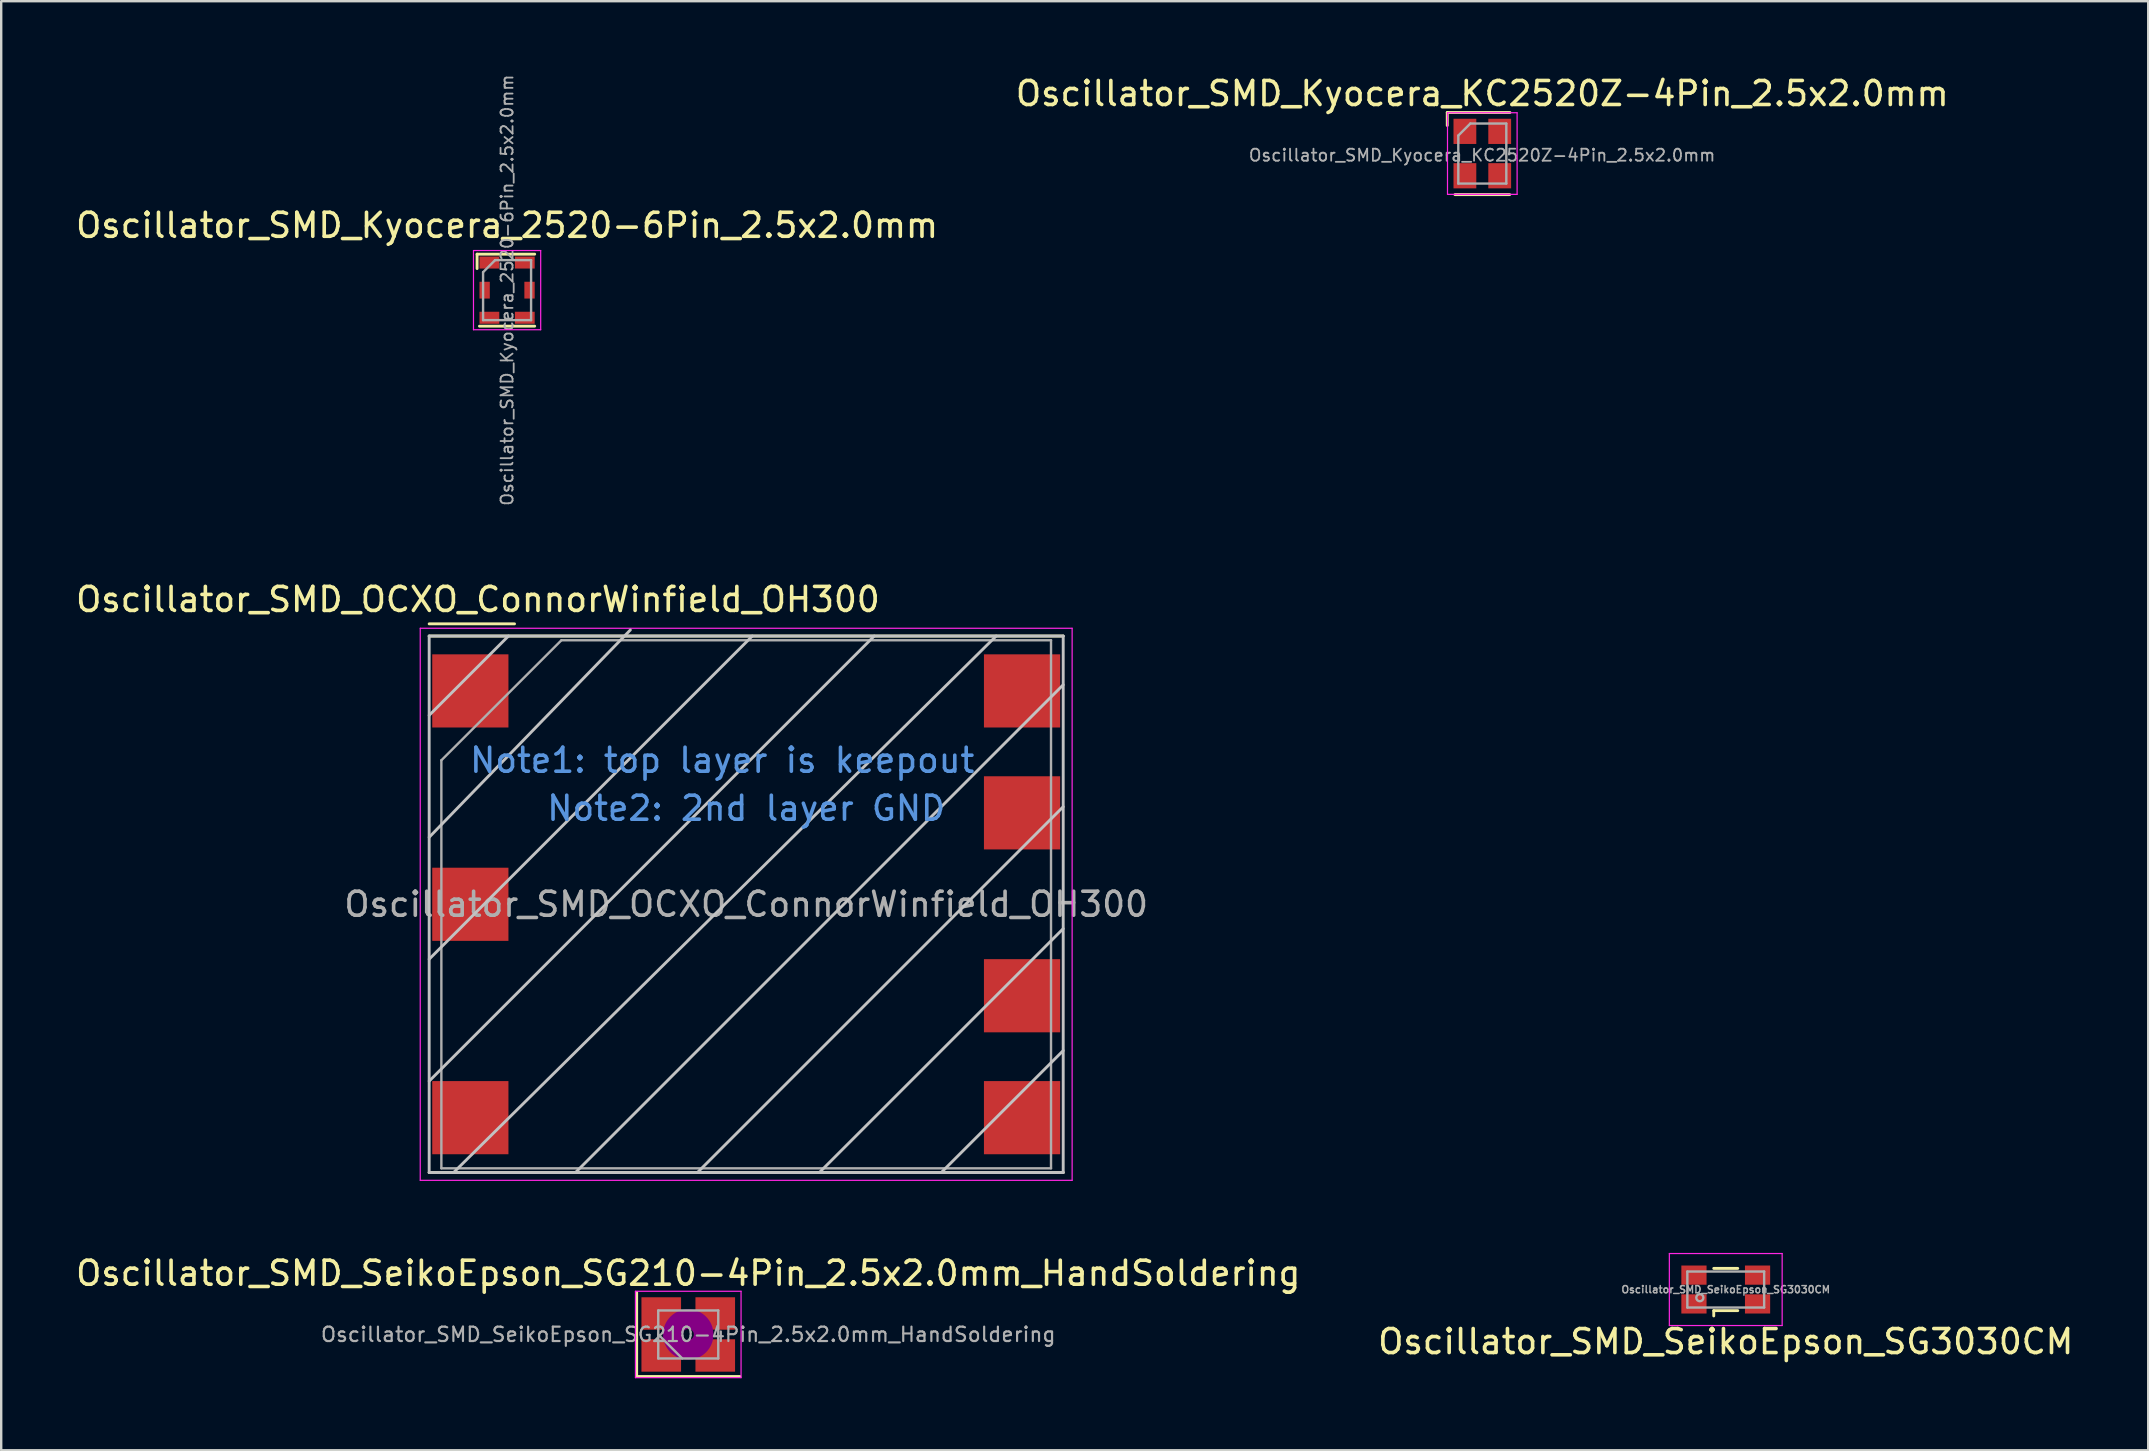
<source format=kicad_pcb>
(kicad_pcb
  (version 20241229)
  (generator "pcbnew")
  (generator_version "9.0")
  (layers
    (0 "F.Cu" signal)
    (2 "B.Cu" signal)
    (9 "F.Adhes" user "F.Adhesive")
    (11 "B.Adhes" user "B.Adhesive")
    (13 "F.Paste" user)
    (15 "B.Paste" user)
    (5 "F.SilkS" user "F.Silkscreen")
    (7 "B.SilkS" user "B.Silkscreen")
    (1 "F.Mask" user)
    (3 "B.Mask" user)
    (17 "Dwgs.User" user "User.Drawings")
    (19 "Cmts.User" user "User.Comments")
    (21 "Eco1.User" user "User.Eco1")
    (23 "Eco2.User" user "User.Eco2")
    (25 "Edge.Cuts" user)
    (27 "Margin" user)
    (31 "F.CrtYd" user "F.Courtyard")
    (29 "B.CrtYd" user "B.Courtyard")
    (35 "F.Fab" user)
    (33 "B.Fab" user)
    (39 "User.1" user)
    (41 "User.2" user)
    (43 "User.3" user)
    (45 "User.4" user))
  (footprint "Oscillator_SMD_Kyocera_2520-6Pin_2.5x2.0mm"
    (layer "F.Cu")
    (at 18.077 9.039)
    (property "Reference" "Oscillator_SMD_Kyocera_2520-6Pin_2.5x2.0mm" (at 0 -2.7 0) (layer "F.SilkS") (effects (font (size 1 1) (thickness 0.15))))
    (attr smd)
    (fp_line (start -1.25 -1.5) (end -1.25 -0.9) (stroke (width 0.12) (type solid)) (layer "F.SilkS"))
    (fp_line (start -1.15 1.5) (end 1.15 1.5) (stroke (width 0.12) (type solid)) (layer "F.SilkS"))
    (fp_line (start 1.15 -1.5) (end -1.25 -1.5) (stroke (width 0.12) (type solid)) (layer "F.SilkS"))
    (fp_line (start -1.4 -1.65) (end 1.4 -1.65) (stroke (width 0.05) (type solid)) (layer "F.CrtYd"))
    (fp_line (start -1.4 1.65) (end -1.4 -1.65) (stroke (width 0.05) (type solid)) (layer "F.CrtYd"))
    (fp_line (start 1.4 -1.65) (end 1.4 1.65) (stroke (width 0.05) (type solid)) (layer "F.CrtYd"))
    (fp_line (start 1.4 1.65) (end -1.4 1.65) (stroke (width 0.05) (type solid)) (layer "F.CrtYd"))
    (fp_line (start -1 -0.75) (end -0.5 -1.25) (stroke (width 0.1) (type solid)) (layer "F.Fab"))
    (fp_line (start -1 1.25) (end -1 -0.75) (stroke (width 0.1) (type solid)) (layer "F.Fab"))
    (fp_line (start -0.5 -1.25) (end 1 -1.25) (stroke (width 0.1) (type solid)) (layer "F.Fab"))
    (fp_line (start 1 -1.25) (end 1 1.25) (stroke (width 0.1) (type solid)) (layer "F.Fab"))
    (fp_line (start 1 1.25) (end -1 1.25) (stroke (width 0.1) (type solid)) (layer "F.Fab"))
    (fp_text user "${REFERENCE}" (at 0 0 90) (layer "F.Fab") (effects (font (size 0.5 0.5) (thickness 0.075))))
    (pad "1" smd rect (at -0.738 -1.15) (size 0.825 0.5) (layers "F.Cu" "F.Mask" "F.Paste"))
    (pad "2" smd rect (at -0.935 0) (size 0.43 0.7) (layers "F.Cu" "F.Mask" "F.Paste"))
    (pad "3" smd rect (at -0.738 1.15) (size 0.825 0.5) (layers "F.Cu" "F.Mask" "F.Paste"))
    (pad "4" smd rect (at 0.738 1.15) (size 0.825 0.5) (layers "F.Cu" "F.Mask" "F.Paste"))
    (pad "5" smd rect (at 0.935 0) (size 0.43 0.7) (layers "F.Cu" "F.Mask" "F.Paste"))
    (pad "6" smd rect (at 0.738 -1.15) (size 0.825 0.5) (layers "F.Cu" "F.Mask" "F.Paste")))
  (footprint "Oscillator_SMD_SeikoEpson_SG3030CM"
    (layer "F.Cu")
    (at 68.851 50.676)
    (property "Reference" "Oscillator_SMD_SeikoEpson_SG3030CM" (at 0 2.17 0) (layer "F.SilkS") (effects (font (size 1 1) (thickness 0.15))))
    (attr smd)
    (fp_line (start -0.5 -0.88) (end 0.5 -0.88) (stroke (width 0.12) (type solid)) (layer "F.SilkS"))
    (fp_line (start -0.5 0.88) (end 0.5 0.88) (stroke (width 0.12) (type solid)) (layer "F.SilkS"))
    (fp_line (start -0.5 1.1) (end -0.5 0.88) (stroke (width 0.12) (type solid)) (layer "F.SilkS"))
    (fp_line (start -2.35 -1.5) (end 2.35 -1.5) (stroke (width 0.05) (type solid)) (layer "F.CrtYd"))
    (fp_line (start -2.35 1.5) (end -2.35 -1.5) (stroke (width 0.05) (type solid)) (layer "F.CrtYd"))
    (fp_line (start 2.35 -1.5) (end 2.35 1.5) (stroke (width 0.05) (type solid)) (layer "F.CrtYd"))
    (fp_line (start 2.35 1.5) (end -2.35 1.5) (stroke (width 0.05) (type solid)) (layer "F.CrtYd"))
    (fp_line (start -1.6 -0.75) (end -1.6 0.75) (stroke (width 0.1) (type solid)) (layer "F.Fab"))
    (fp_line (start -1.6 -0.75) (end 1.6 -0.75) (stroke (width 0.1) (type solid)) (layer "F.Fab"))
    (fp_line (start 1.6 -0.75) (end 1.6 0.75) (stroke (width 0.1) (type solid)) (layer "F.Fab"))
    (fp_line (start 1.6 0.75) (end -1.6 0.75) (stroke (width 0.1) (type solid)) (layer "F.Fab"))
    (fp_circle (center -1.08 0.34) (end -0.94 0.29) (stroke (width 0.1) (type solid)) (fill no) (layer "F.Fab"))
    (fp_text user "${REFERENCE}" (at 0 0 0) (layer "F.Fab") (effects (font (size 0.3 0.3) (thickness 0.06))))
    (pad "1" smd rect (at -1.325 0.6) (size 1.05 0.8) (layers "F.Cu" "F.Mask" "F.Paste"))
    (pad "2" smd rect (at 1.325 0.6) (size 1.05 0.8) (layers "F.Cu" "F.Mask" "F.Paste"))
    (pad "3" smd rect (at 1.325 -0.6) (size 1.05 0.8) (layers "F.Cu" "F.Mask" "F.Paste"))
    (pad "4" smd rect (at -1.325 -0.6) (size 1.05 0.8) (layers "F.Cu" "F.Mask" "F.Paste")))
  (footprint "Oscillator_SMD_SeikoEpson_SG210-4Pin_2.5x2.0mm_HandSoldering"
    (layer "F.Cu")
    (at 25.625 52.549)
    (property "Reference" "Oscillator_SMD_SeikoEpson_SG210-4Pin_2.5x2.0mm_HandSoldering" (at 0 -2.55 0) (layer "F.SilkS") (effects (font (size 1 1) (thickness 0.15))))
    (attr smd)
    (fp_line (start -2.15 -1.75) (end -2.15 1.75) (stroke (width 0.12) (type solid)) (layer "F.SilkS"))
    (fp_line (start -2.15 1.75) (end 2.15 1.75) (stroke (width 0.12) (type solid)) (layer "F.SilkS"))
    (fp_circle (center 0 0) (end 0.233 0) (stroke (width 0.467) (type solid)) (fill no) (layer "F.Adhes"))
    (fp_circle (center 0 0) (end 0.533 0) (stroke (width 0.333) (type solid)) (fill no) (layer "F.Adhes"))
    (fp_circle (center 0 0) (end 0.833 0) (stroke (width 0.333) (type solid)) (fill no) (layer "F.Adhes"))
    (fp_circle (center 0 0) (end 1 0) (stroke (width 0.1) (type solid)) (fill no) (layer "F.Adhes"))
    (fp_line (start -2.2 -1.8) (end -2.2 1.8) (stroke (width 0.05) (type solid)) (layer "F.CrtYd"))
    (fp_line (start -2.2 1.8) (end 2.2 1.8) (stroke (width 0.05) (type solid)) (layer "F.CrtYd"))
    (fp_line (start 2.2 -1.8) (end -2.2 -1.8) (stroke (width 0.05) (type solid)) (layer "F.CrtYd"))
    (fp_line (start 2.2 1.8) (end 2.2 -1.8) (stroke (width 0.05) (type solid)) (layer "F.CrtYd"))
    (fp_line (start -1.25 -1) (end -1.25 1) (stroke (width 0.1) (type solid)) (layer "F.Fab"))
    (fp_line (start -1.25 0) (end -0.25 1) (stroke (width 0.1) (type solid)) (layer "F.Fab"))
    (fp_line (start -1.25 1) (end 1.25 1) (stroke (width 0.1) (type solid)) (layer "F.Fab"))
    (fp_line (start 1.25 -1) (end -1.25 -1) (stroke (width 0.1) (type solid)) (layer "F.Fab"))
    (fp_line (start 1.25 1) (end 1.25 -1) (stroke (width 0.1) (type solid)) (layer "F.Fab"))
    (fp_text user "${REFERENCE}" (at 0 0 0) (layer "F.Fab") (effects (font (size 0.6 0.6) (thickness 0.09))))
    (pad "1" smd rect (at -1.125 0.875) (size 1.65 1.35) (layers "F.Cu" "F.Mask" "F.Paste"))
    (pad "2" smd rect (at 1.125 0.875) (size 1.65 1.35) (layers "F.Cu" "F.Mask" "F.Paste"))
    (pad "3" smd rect (at 1.125 -0.875) (size 1.65 1.35) (layers "F.Cu" "F.Mask" "F.Paste"))
    (pad "4" smd rect (at -1.125 -0.875) (size 1.65 1.35) (layers "F.Cu" "F.Mask" "F.Paste")))
  (footprint "Oscillator_SMD_OCXO_ConnorWinfield_OH300"
    (layer "F.Cu")
    (at 28.039 34.626)
    (property "Reference" "Oscillator_SMD_OCXO_ConnorWinfield_OH300" (at -11.176 -12.7 0) (layer "F.SilkS") (effects (font (size 1 1) (thickness 0.15))))
    (attr smd)
    (fp_line (start -13.208 -11.176) (end 13.208 -11.176) (stroke (width 0.12) (type solid)) (layer "F.SilkS"))
    (fp_line (start -9.652 -11.684) (end -13.208 -11.684) (stroke (width 0.12) (type solid)) (layer "F.SilkS"))
    (fp_line (start 13.208 11.176) (end -13.208 11.176) (stroke (width 0.12) (type solid)) (layer "F.SilkS"))
    (fp_line (start -13.208 -11.176) (end 13.208 -11.176) (stroke (width 0.12) (type solid)) (layer "Dwgs.User"))
    (fp_line (start -13.208 -7.874) (end -9.906 -11.176) (stroke (width 0.12) (type solid)) (layer "Dwgs.User"))
    (fp_line (start -13.208 2.286) (end 0.254 -11.176) (stroke (width 0.12) (type solid)) (layer "Dwgs.User"))
    (fp_line (start -13.208 11.176) (end -13.208 -11.176) (stroke (width 0.12) (type solid)) (layer "Dwgs.User"))
    (fp_line (start -12.192 11.176) (end 10.414 -11.176) (stroke (width 0.12) (type solid)) (layer "Dwgs.User"))
    (fp_line (start -4.826 -11.43) (end -13.208 -2.794) (stroke (width 0.12) (type solid)) (layer "Dwgs.User"))
    (fp_line (start -2.032 11.176) (end 13.208 -4.064) (stroke (width 0.12) (type solid)) (layer "Dwgs.User"))
    (fp_line (start 3.048 11.176) (end 13.208 1.016) (stroke (width 0.12) (type solid)) (layer "Dwgs.User"))
    (fp_line (start 5.334 -11.176) (end -13.208 7.366) (stroke (width 0.12) (type solid)) (layer "Dwgs.User"))
    (fp_line (start 13.208 -11.176) (end 13.208 11.176) (stroke (width 0.12) (type solid)) (layer "Dwgs.User"))
    (fp_line (start 13.208 -9.144) (end -7.112 11.176) (stroke (width 0.12) (type solid)) (layer "Dwgs.User"))
    (fp_line (start 13.208 6.096) (end 8.128 11.176) (stroke (width 0.12) (type solid)) (layer "Dwgs.User"))
    (fp_line (start 13.208 11.176) (end -13.208 11.176) (stroke (width 0.12) (type solid)) (layer "Dwgs.User"))
    (fp_line (start -13.58 -11.5) (end -13.58 11.5) (stroke (width 0.05) (type solid)) (layer "F.CrtYd"))
    (fp_line (start -13.58 11.5) (end 13.58 11.5) (stroke (width 0.05) (type solid)) (layer "F.CrtYd"))
    (fp_line (start 13.58 -11.5) (end -13.58 -11.5) (stroke (width 0.05) (type solid)) (layer "F.CrtYd"))
    (fp_line (start 13.58 11.5) (end 13.58 -11.5) (stroke (width 0.05) (type solid)) (layer "F.CrtYd"))
    (fp_line (start -12.7 11) (end -12.7 -6) (stroke (width 0.1) (type solid)) (layer "F.Fab"))
    (fp_line (start -7.7 -11) (end -12.7 -6) (stroke (width 0.1) (type solid)) (layer "F.Fab"))
    (fp_line (start -7.7 -11) (end 12.7 -11) (stroke (width 0.1) (type solid)) (layer "F.Fab"))
    (fp_line (start 12.7 -11) (end 12.7 11) (stroke (width 0.1) (type solid)) (layer "F.Fab"))
    (fp_line (start 12.7 11) (end -12.7 11) (stroke (width 0.1) (type solid)) (layer "F.Fab"))
    (fp_text user "Note2: 2nd layer GND" (at 0 -4 0) (layer "Cmts.User") (effects (font (size 1 1) (thickness 0.15))))
    (fp_text user "Note1: top layer is keepout" (at -1 -6 0) (layer "Cmts.User") (effects (font (size 1 1) (thickness 0.15))))
    (fp_text user "${REFERENCE}" (at 0 0 0) (layer "F.Fab") (effects (font (size 1 1) (thickness 0.15))))
    (pad "1" smd rect (at -11.493 -8.89 270) (size 3.048 3.175) (layers "F.Cu" "F.Mask" "F.Paste"))
    (pad "2" smd rect (at -11.493 0 270) (size 3.048 3.175) (layers "F.Cu" "F.Mask" "F.Paste"))
    (pad "3" smd rect (at -11.493 8.89 270) (size 3.048 3.175) (layers "F.Cu" "F.Mask" "F.Paste"))
    (pad "4" smd rect (at 11.493 8.89 270) (size 3.048 3.175) (layers "F.Cu" "F.Mask" "F.Paste"))
    (pad "5" smd rect (at 11.493 3.81 270) (size 3.048 3.175) (layers "F.Cu" "F.Mask" "F.Paste"))
    (pad "6" smd rect (at 11.493 -3.81 270) (size 3.048 3.175) (layers "F.Cu" "F.Mask" "F.Paste"))
    (pad "7" smd rect (at 11.493 -8.89 270) (size 3.048 3.175) (layers "F.Cu" "F.Mask" "F.Paste")))
  (footprint "Oscillator_SMD_Kyocera_KC2520Z-4Pin_2.5x2.0mm"
    (layer "F.Cu")
    (at 58.708 3.348)
    (property "Reference" "Oscillator_SMD_Kyocera_KC2520Z-4Pin_2.5x2.0mm" (at 0 -2.5 0) (layer "F.SilkS") (effects (font (size 1 1) (thickness 0.15))))
    (attr smd)
    (fp_line (start -1.46 -1.71) (end 1.15 -1.71) (stroke (width 0.12) (type solid)) (layer "F.SilkS"))
    (fp_line (start -1.46 -1.17) (end -1.46 -1.71) (stroke (width 0.12) (type solid)) (layer "F.SilkS"))
    (fp_line (start 1.14 1.71) (end -1.14 1.71) (stroke (width 0.12) (type solid)) (layer "F.SilkS"))
    (fp_line (start -1.45 -1.7) (end 1.45 -1.7) (stroke (width 0.05) (type solid)) (layer "F.CrtYd"))
    (fp_line (start -1.45 1.7) (end -1.45 -1.7) (stroke (width 0.05) (type solid)) (layer "F.CrtYd"))
    (fp_line (start 1.45 -1.7) (end 1.45 1.7) (stroke (width 0.05) (type solid)) (layer "F.CrtYd"))
    (fp_line (start 1.45 1.7) (end -1.45 1.7) (stroke (width 0.05) (type solid)) (layer "F.CrtYd"))
    (fp_line (start -1 1.25) (end -1 -0.75) (stroke (width 0.1) (type solid)) (layer "F.Fab"))
    (fp_line (start -0.5 -1.25) (end -1 -0.75) (stroke (width 0.1) (type solid)) (layer "F.Fab"))
    (fp_line (start -0.5 -1.25) (end 1 -1.25) (stroke (width 0.1) (type solid)) (layer "F.Fab"))
    (fp_line (start 1 -1.25) (end 1 1.25) (stroke (width 0.1) (type solid)) (layer "F.Fab"))
    (fp_line (start 1 1.25) (end -1 1.25) (stroke (width 0.1) (type solid)) (layer "F.Fab"))
    (fp_text user "${REFERENCE}" (at -0.01 0.07 0) (layer "F.Fab") (effects (font (size 0.5 0.5) (thickness 0.075))))
    (pad "1" smd rect (at -0.725 -0.925) (size 0.95 1.05) (layers "F.Cu" "F.Mask" "F.Paste"))
    (pad "2" smd rect (at -0.725 0.925) (size 0.95 1.05) (layers "F.Cu" "F.Mask" "F.Paste"))
    (pad "3" smd rect (at 0.725 0.925) (size 0.95 1.05) (layers "F.Cu" "F.Mask" "F.Paste"))
    (pad "4" smd rect (at 0.725 -0.925) (size 0.95 1.05) (layers "F.Cu" "F.Mask" "F.Paste")))
  (gr_rect
    (start -3 -3)
    (end 86.452 57.374)
    (stroke (width 0.1) (type default))
    (fill no)
    (layer "Edge.Cuts")))
</source>
